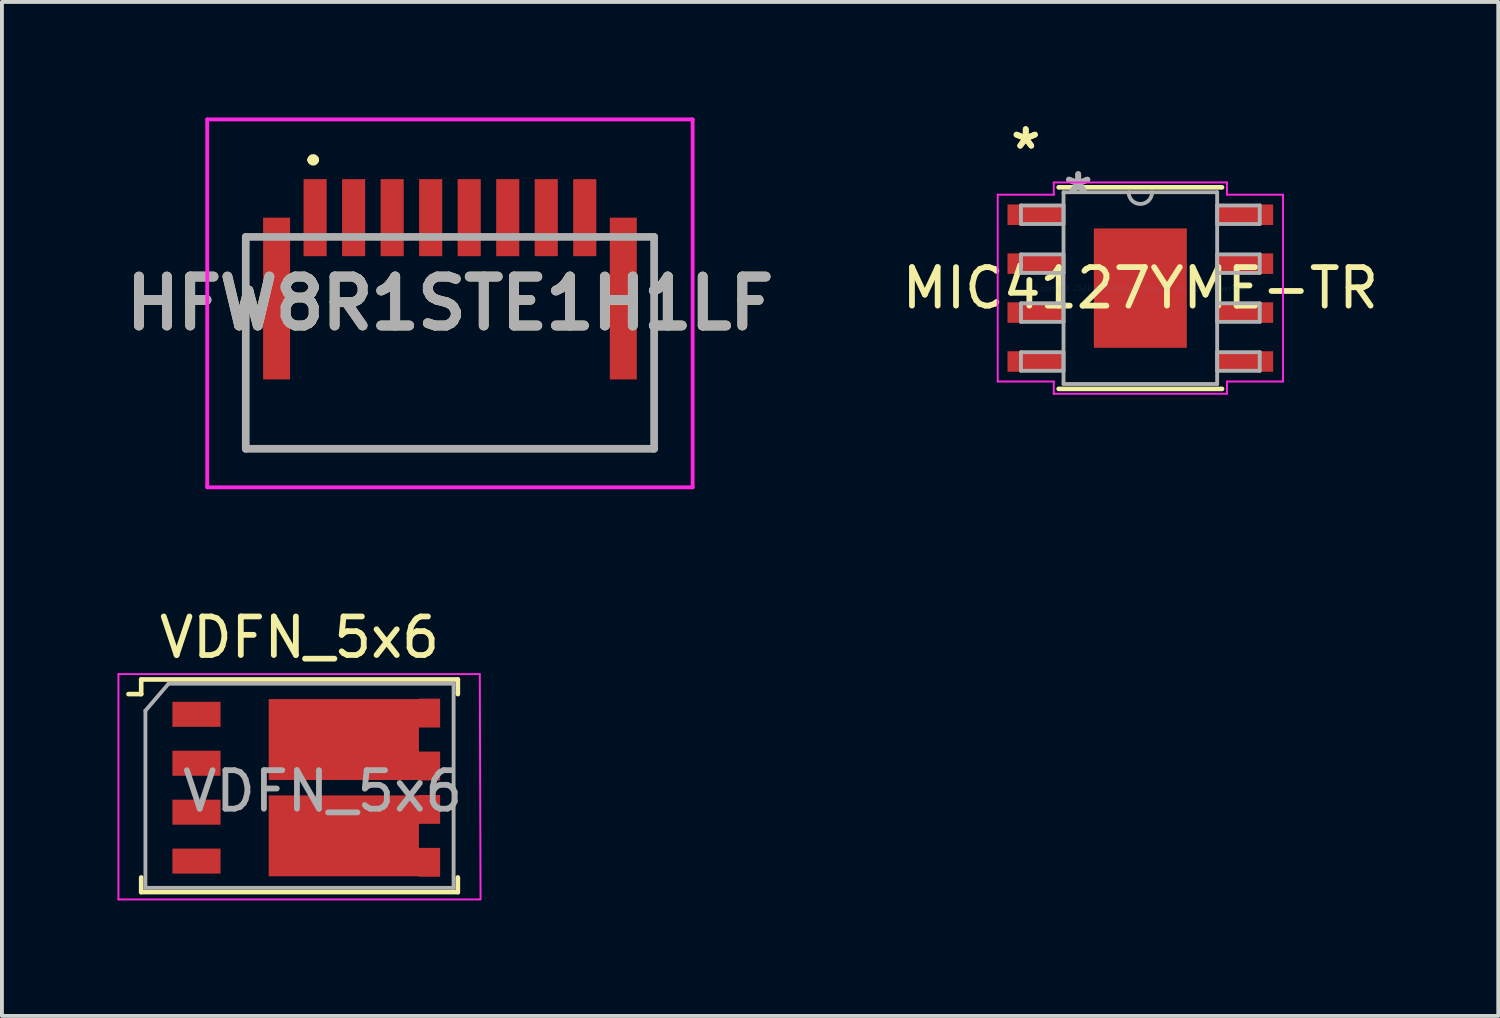
<source format=kicad_pcb>
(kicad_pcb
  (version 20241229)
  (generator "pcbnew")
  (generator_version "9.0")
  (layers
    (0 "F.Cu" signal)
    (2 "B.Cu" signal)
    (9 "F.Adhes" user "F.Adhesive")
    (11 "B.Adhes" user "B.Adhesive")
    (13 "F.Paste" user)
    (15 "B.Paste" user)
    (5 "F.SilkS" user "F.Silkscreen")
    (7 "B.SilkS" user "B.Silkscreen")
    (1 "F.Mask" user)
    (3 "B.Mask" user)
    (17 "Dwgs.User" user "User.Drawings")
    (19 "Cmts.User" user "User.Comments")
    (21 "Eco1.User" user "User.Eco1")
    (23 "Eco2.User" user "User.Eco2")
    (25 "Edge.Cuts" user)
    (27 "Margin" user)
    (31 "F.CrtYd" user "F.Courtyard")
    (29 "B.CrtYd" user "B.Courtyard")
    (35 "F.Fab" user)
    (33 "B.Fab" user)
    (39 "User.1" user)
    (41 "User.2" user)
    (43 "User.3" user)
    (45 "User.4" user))
  (footprint "MIC4127YME-TR"
    (layer "F.Cu")
    (at 26.552 4.429)
    (property "Reference" "MIC4127YME-TR" (at 0 0 0) (layer "F.SilkS") (effects (font (size 1 1) (thickness 0.15))))
    (attr through_hole)
    (fp_line (start -2.121 2.616) (end 2.121 2.616) (stroke (width 0.12) (type solid)) (layer "F.SilkS"))
    (fp_line (start 2.121 -2.616) (end -2.121 -2.616) (stroke (width 0.12) (type solid)) (layer "F.SilkS"))
    (fp_poly (pts (xy -1.107 -1.449) (xy -1.107 -0.1) (xy 1.107 -0.1) (xy 1.107 -1.449)) (stroke (width 0.1) (type solid)) (fill yes) (layer "F.Paste"))
    (fp_poly (pts (xy -1.107 0.1) (xy -1.107 1.449) (xy 1.107 1.449) (xy 1.107 0.1)) (stroke (width 0.1) (type solid)) (fill yes) (layer "F.Paste"))
    (fp_line (start -3.703 -2.425) (end -2.248 -2.425) (stroke (width 0.05) (type solid)) (layer "F.CrtYd"))
    (fp_line (start -3.703 2.425) (end -3.703 -2.425) (stroke (width 0.05) (type solid)) (layer "F.CrtYd"))
    (fp_line (start -2.248 -2.743) (end 2.248 -2.743) (stroke (width 0.05) (type solid)) (layer "F.CrtYd"))
    (fp_line (start -2.248 -2.425) (end -2.248 -2.743) (stroke (width 0.05) (type solid)) (layer "F.CrtYd"))
    (fp_line (start -2.248 2.425) (end -3.703 2.425) (stroke (width 0.05) (type solid)) (layer "F.CrtYd"))
    (fp_line (start -2.248 2.743) (end -2.248 2.425) (stroke (width 0.05) (type solid)) (layer "F.CrtYd"))
    (fp_line (start 2.248 -2.743) (end 2.248 -2.425) (stroke (width 0.05) (type solid)) (layer "F.CrtYd"))
    (fp_line (start 2.248 -2.425) (end 3.703 -2.425) (stroke (width 0.05) (type solid)) (layer "F.CrtYd"))
    (fp_line (start 2.248 2.425) (end 2.248 2.743) (stroke (width 0.05) (type solid)) (layer "F.CrtYd"))
    (fp_line (start 2.248 2.743) (end -2.248 2.743) (stroke (width 0.05) (type solid)) (layer "F.CrtYd"))
    (fp_line (start 3.703 -2.425) (end 3.703 2.425) (stroke (width 0.05) (type solid)) (layer "F.CrtYd"))
    (fp_line (start 3.703 2.425) (end 2.248 2.425) (stroke (width 0.05) (type solid)) (layer "F.CrtYd"))
    (fp_line (start -3.099 -2.146) (end -3.099 -1.664) (stroke (width 0.1) (type solid)) (layer "F.Fab"))
    (fp_line (start -3.099 -1.664) (end -1.994 -1.664) (stroke (width 0.1) (type solid)) (layer "F.Fab"))
    (fp_line (start -3.099 -0.876) (end -3.099 -0.394) (stroke (width 0.1) (type solid)) (layer "F.Fab"))
    (fp_line (start -3.099 -0.394) (end -1.994 -0.394) (stroke (width 0.1) (type solid)) (layer "F.Fab"))
    (fp_line (start -3.099 0.394) (end -3.099 0.876) (stroke (width 0.1) (type solid)) (layer "F.Fab"))
    (fp_line (start -3.099 0.876) (end -1.994 0.876) (stroke (width 0.1) (type solid)) (layer "F.Fab"))
    (fp_line (start -3.099 1.664) (end -3.099 2.146) (stroke (width 0.1) (type solid)) (layer "F.Fab"))
    (fp_line (start -3.099 2.146) (end -1.994 2.146) (stroke (width 0.1) (type solid)) (layer "F.Fab"))
    (fp_line (start -1.994 -2.489) (end -1.994 2.489) (stroke (width 0.1) (type solid)) (layer "F.Fab"))
    (fp_line (start -1.994 -2.146) (end -3.099 -2.146) (stroke (width 0.1) (type solid)) (layer "F.Fab"))
    (fp_line (start -1.994 -1.664) (end -1.994 -2.146) (stroke (width 0.1) (type solid)) (layer "F.Fab"))
    (fp_line (start -1.994 -0.876) (end -3.099 -0.876) (stroke (width 0.1) (type solid)) (layer "F.Fab"))
    (fp_line (start -1.994 -0.394) (end -1.994 -0.876) (stroke (width 0.1) (type solid)) (layer "F.Fab"))
    (fp_line (start -1.994 0.394) (end -3.099 0.394) (stroke (width 0.1) (type solid)) (layer "F.Fab"))
    (fp_line (start -1.994 0.876) (end -1.994 0.394) (stroke (width 0.1) (type solid)) (layer "F.Fab"))
    (fp_line (start -1.994 1.664) (end -3.099 1.664) (stroke (width 0.1) (type solid)) (layer "F.Fab"))
    (fp_line (start -1.994 2.146) (end -1.994 1.664) (stroke (width 0.1) (type solid)) (layer "F.Fab"))
    (fp_line (start -1.994 2.489) (end 1.994 2.489) (stroke (width 0.1) (type solid)) (layer "F.Fab"))
    (fp_line (start 1.994 -2.489) (end -1.994 -2.489) (stroke (width 0.1) (type solid)) (layer "F.Fab"))
    (fp_line (start 1.994 -2.146) (end 1.994 -1.664) (stroke (width 0.1) (type solid)) (layer "F.Fab"))
    (fp_line (start 1.994 -1.664) (end 3.099 -1.664) (stroke (width 0.1) (type solid)) (layer "F.Fab"))
    (fp_line (start 1.994 -0.876) (end 1.994 -0.394) (stroke (width 0.1) (type solid)) (layer "F.Fab"))
    (fp_line (start 1.994 -0.394) (end 3.099 -0.394) (stroke (width 0.1) (type solid)) (layer "F.Fab"))
    (fp_line (start 1.994 0.394) (end 1.994 0.876) (stroke (width 0.1) (type solid)) (layer "F.Fab"))
    (fp_line (start 1.994 0.876) (end 3.099 0.876) (stroke (width 0.1) (type solid)) (layer "F.Fab"))
    (fp_line (start 1.994 1.664) (end 1.994 2.146) (stroke (width 0.1) (type solid)) (layer "F.Fab"))
    (fp_line (start 1.994 2.146) (end 3.099 2.146) (stroke (width 0.1) (type solid)) (layer "F.Fab"))
    (fp_line (start 1.994 2.489) (end 1.994 -2.489) (stroke (width 0.1) (type solid)) (layer "F.Fab"))
    (fp_line (start 3.099 -2.146) (end 1.994 -2.146) (stroke (width 0.1) (type solid)) (layer "F.Fab"))
    (fp_line (start 3.099 -1.664) (end 3.099 -2.146) (stroke (width 0.1) (type solid)) (layer "F.Fab"))
    (fp_line (start 3.099 -0.876) (end 1.994 -0.876) (stroke (width 0.1) (type solid)) (layer "F.Fab"))
    (fp_line (start 3.099 -0.394) (end 3.099 -0.876) (stroke (width 0.1) (type solid)) (layer "F.Fab"))
    (fp_line (start 3.099 0.394) (end 1.994 0.394) (stroke (width 0.1) (type solid)) (layer "F.Fab"))
    (fp_line (start 3.099 0.876) (end 3.099 0.394) (stroke (width 0.1) (type solid)) (layer "F.Fab"))
    (fp_line (start 3.099 1.664) (end 1.994 1.664) (stroke (width 0.1) (type solid)) (layer "F.Fab"))
    (fp_line (start 3.099 2.146) (end 3.099 1.664) (stroke (width 0.1) (type solid)) (layer "F.Fab"))
    (fp_arc (start 0.3048 -2.4892) (mid 0 -2.1844) (end -0.3048 -2.4892) (stroke (width 0.1) (type solid)) (layer "F.Fab"))
    (fp_text user "*" (at -2.975 -3.581 0) (layer "F.SilkS") (effects (font (size 1 1) (thickness 0.15))))
    (fp_text user "*" (at -2.975 -3.581 0) (layer "F.SilkS") (effects (font (size 1 1) (thickness 0.15))))
    (fp_text user "Copyright 2021 Accelerated Designs. All rights reserved." (at 0 0 0) (layer "Cmts.User") (effects (font (size 0.127 0.127) (thickness 0.002))))
    (fp_text user "*" (at -1.613 -2.413 0) (layer "F.Fab") (effects (font (size 1 1) (thickness 0.15))))
    (fp_text user "*" (at -1.613 -2.413 0) (layer "F.Fab") (effects (font (size 1 1) (thickness 0.15))))
    (pad "1" smd rect (at -2.721 -1.905) (size 1.455 0.533) (layers "F.Cu" "F.Mask" "F.Paste"))
    (pad "2" smd rect (at -2.721 -0.635) (size 1.455 0.533) (layers "F.Cu" "F.Mask" "F.Paste"))
    (pad "3" smd rect (at -2.721 0.635) (size 1.455 0.533) (layers "F.Cu" "F.Mask" "F.Paste"))
    (pad "4" smd rect (at -2.721 1.905) (size 1.455 0.533) (layers "F.Cu" "F.Mask" "F.Paste"))
    (pad "5" smd rect (at 2.721 1.905) (size 1.455 0.533) (layers "F.Cu" "F.Mask" "F.Paste"))
    (pad "6" smd rect (at 2.721 0.635) (size 1.455 0.533) (layers "F.Cu" "F.Mask" "F.Paste"))
    (pad "7" smd rect (at 2.721 -0.635) (size 1.455 0.533) (layers "F.Cu" "F.Mask" "F.Paste"))
    (pad "8" smd rect (at 2.721 -1.905) (size 1.455 0.533) (layers "F.Cu" "F.Mask" "F.Paste"))
    (pad "EPAD" smd rect (at 0 0) (size 2.413 3.099) (layers "F.Cu" "F.Mask" "F.Paste")))
  (footprint "HFW8R1STE1H1LF"
    (layer "F.Cu")
    (at 8.63 5.6)
    (property "Reference" "HFW8R1STE1H1LF" (at 0 -0.775 0) (layer "F.SilkS") (effects (font (size 1.27 1.27) (thickness 0.254))))
    (attr smd)
    (fp_line (start -5.3 -2.5) (end -5.3 3) (stroke (width 0.1) (type solid)) (layer "F.SilkS"))
    (fp_line (start -5.3 3) (end 5.3 3) (stroke (width 0.1) (type solid)) (layer "F.SilkS"))
    (fp_line (start -3.6 -4.5) (end -3.6 -4.5) (stroke (width 0.2) (type solid)) (layer "F.SilkS"))
    (fp_line (start -3.5 -4.5) (end -3.5 -4.5) (stroke (width 0.2) (type solid)) (layer "F.SilkS"))
    (fp_line (start 5.3 3) (end 5.3 -2.5) (stroke (width 0.1) (type solid)) (layer "F.SilkS"))
    (fp_arc (start -3.6 -4.5) (mid -3.55 -4.55) (end -3.5 -4.5) (stroke (width 0.2) (type solid)) (layer "F.SilkS"))
    (fp_arc (start -3.5 -4.5) (mid -3.55 -4.45) (end -3.6 -4.5) (stroke (width 0.2) (type solid)) (layer "F.SilkS"))
    (fp_line (start -6.3 -5.55) (end 6.3 -5.55) (stroke (width 0.1) (type solid)) (layer "F.CrtYd"))
    (fp_line (start -6.3 4) (end -6.3 -5.55) (stroke (width 0.1) (type solid)) (layer "F.CrtYd"))
    (fp_line (start 6.3 -5.55) (end 6.3 4) (stroke (width 0.1) (type solid)) (layer "F.CrtYd"))
    (fp_line (start 6.3 4) (end -6.3 4) (stroke (width 0.1) (type solid)) (layer "F.CrtYd"))
    (fp_line (start -5.3 -2.5) (end 5.3 -2.5) (stroke (width 0.2) (type solid)) (layer "F.Fab"))
    (fp_line (start -5.3 3) (end -5.3 -2.5) (stroke (width 0.2) (type solid)) (layer "F.Fab"))
    (fp_line (start 5.3 -2.5) (end 5.3 3) (stroke (width 0.2) (type solid)) (layer "F.Fab"))
    (fp_line (start 5.3 3) (end -5.3 3) (stroke (width 0.2) (type solid)) (layer "F.Fab"))
    (fp_text user "${REFERENCE}" (at 0 -0.775 0) (layer "F.Fab") (effects (font (size 1.27 1.27) (thickness 0.254))))
    (pad "1" smd rect (at -3.5 -3) (size 0.6 2) (layers "F.Cu" "F.Mask" "F.Paste"))
    (pad "2" smd rect (at -2.5 -3) (size 0.6 2) (layers "F.Cu" "F.Mask" "F.Paste"))
    (pad "3" smd rect (at -1.5 -3) (size 0.6 2) (layers "F.Cu" "F.Mask" "F.Paste"))
    (pad "4" smd rect (at -0.5 -3) (size 0.6 2) (layers "F.Cu" "F.Mask" "F.Paste"))
    (pad "5" smd rect (at 0.5 -3) (size 0.6 2) (layers "F.Cu" "F.Mask" "F.Paste"))
    (pad "6" smd rect (at 1.5 -3) (size 0.6 2) (layers "F.Cu" "F.Mask" "F.Paste"))
    (pad "7" smd rect (at 2.5 -3) (size 0.6 2) (layers "F.Cu" "F.Mask" "F.Paste"))
    (pad "8" smd rect (at 3.5 -3) (size 0.6 2) (layers "F.Cu" "F.Mask" "F.Paste"))
    (pad "MP1" smd rect (at -4.5 -0.9) (size 0.7 4.2) (layers "F.Cu" "F.Mask" "F.Paste"))
    (pad "MP2" smd rect (at 4.5 -0.9) (size 0.7 4.2) (layers "F.Cu" "F.Mask" "F.Paste")))
  (footprint "VDFN_5x6"
    (layer "F.Cu")
    (at 4.725 17.398)
    (property "Reference" "VDFN_5x6" (at 0 -3.9 0) (layer "F.SilkS") (effects (font (size 1 1) (thickness 0.15))))
    (attr smd)
    (fp_line (start -4.11 -2.43) (end -4.44 -2.43) (stroke (width 0.12) (type solid)) (layer "F.SilkS"))
    (fp_line (start -4.11 -2.43) (end -4.11 -2.81) (stroke (width 0.12) (type solid)) (layer "F.SilkS"))
    (fp_line (start -4.11 2.33) (end -4.11 2.71) (stroke (width 0.12) (type solid)) (layer "F.SilkS"))
    (fp_line (start 4.11 -2.81) (end -4.11 -2.81) (stroke (width 0.12) (type solid)) (layer "F.SilkS"))
    (fp_line (start 4.11 -2.43) (end 4.11 -2.81) (stroke (width 0.12) (type solid)) (layer "F.SilkS"))
    (fp_line (start 4.11 2.33) (end 4.11 2.71) (stroke (width 0.12) (type solid)) (layer "F.SilkS"))
    (fp_line (start 4.11 2.71) (end -4.11 2.71) (stroke (width 0.12) (type solid)) (layer "F.SilkS"))
    (fp_line (start -4.7 -2.95) (end 4.68 -2.95) (stroke (width 0.05) (type solid)) (layer "F.CrtYd"))
    (fp_line (start -4.7 2.9) (end -4.7 -2.95) (stroke (width 0.05) (type solid)) (layer "F.CrtYd"))
    (fp_line (start 4.68 -2.95) (end 4.7 2.9) (stroke (width 0.05) (type solid)) (layer "F.CrtYd"))
    (fp_line (start 4.68 2.9) (end -4.7 2.9) (stroke (width 0.05) (type solid)) (layer "F.CrtYd"))
    (fp_line (start -4 2.6) (end -4 -2) (stroke (width 0.1) (type solid)) (layer "F.Fab"))
    (fp_line (start -3.4 -2.7) (end -4 -2) (stroke (width 0.1) (type solid)) (layer "F.Fab"))
    (fp_line (start -3.4 -2.7) (end 4 -2.7) (stroke (width 0.1) (type solid)) (layer "F.Fab"))
    (fp_line (start 4 -2.7) (end 4 2.6) (stroke (width 0.1) (type solid)) (layer "F.Fab"))
    (fp_line (start 4 2.6) (end -4 2.6) (stroke (width 0.1) (type solid)) (layer "F.Fab"))
    (fp_text user "${REFERENCE}" (at 0.6 0.09 0) (layer "F.Fab") (effects (font (size 1 1) (thickness 0.15))))
    (pad "1" smd rect (at -2.675 -1.905) (size 1.25 0.65) (layers "F.Cu" "F.Mask" "F.Paste"))
    (pad "2" smd rect (at -2.675 -0.635) (size 1.25 0.65) (layers "F.Cu" "F.Mask" "F.Paste"))
    (pad "3" smd custom (at 1.15 -1.25) (size 3.9 2.1) (layers "F.Cu" "F.Mask") (options (anchor rect)) (primitives (gr_poly (pts (xy 1.95 0.312) (xy 2.5 0.312) (xy 2.5 1.062) (xy 1.95 1.062)) (width 0) (fill yes)) (gr_poly (pts (xy 1.95 -1.062) (xy 2.5 -1.062) (xy 2.5 -0.312) (xy 1.95 -0.312)) (width 0) (fill yes))))
    (pad "4" smd rect (at -2.675 0.635) (size 1.25 0.65) (layers "F.Cu" "F.Mask" "F.Paste"))
    (pad "5" smd rect (at -2.675 1.905) (size 1.25 0.65) (layers "F.Cu" "F.Mask" "F.Paste"))
    (pad "6" smd custom (at 1.15 1.25) (size 3.9 2.1) (layers "F.Cu" "F.Mask") (options (anchor rect)) (primitives (gr_poly (pts (xy 1.95 0.312) (xy 2.5 0.312) (xy 2.5 1.062) (xy 1.95 1.062)) (width 0) (fill yes)) (gr_poly (pts (xy 1.95 -1.062) (xy 2.5 -1.062) (xy 2.5 -0.312) (xy 1.95 -0.312)) (width 0) (fill yes)))))
  (gr_rect
    (start -3 -3)
    (end 35.843 23.323)
    (stroke (width 0.1) (type default))
    (fill no)
    (layer "Edge.Cuts")))
</source>
